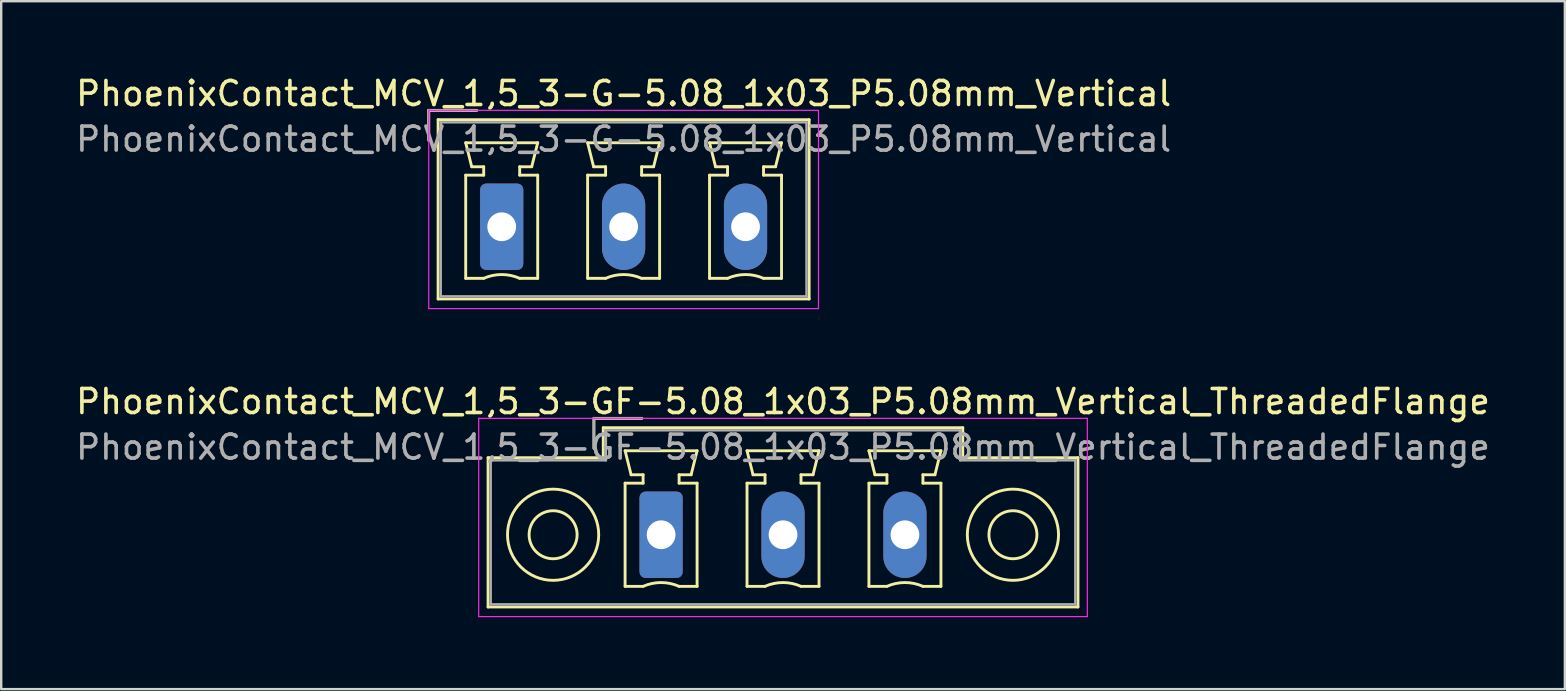
<source format=kicad_pcb>
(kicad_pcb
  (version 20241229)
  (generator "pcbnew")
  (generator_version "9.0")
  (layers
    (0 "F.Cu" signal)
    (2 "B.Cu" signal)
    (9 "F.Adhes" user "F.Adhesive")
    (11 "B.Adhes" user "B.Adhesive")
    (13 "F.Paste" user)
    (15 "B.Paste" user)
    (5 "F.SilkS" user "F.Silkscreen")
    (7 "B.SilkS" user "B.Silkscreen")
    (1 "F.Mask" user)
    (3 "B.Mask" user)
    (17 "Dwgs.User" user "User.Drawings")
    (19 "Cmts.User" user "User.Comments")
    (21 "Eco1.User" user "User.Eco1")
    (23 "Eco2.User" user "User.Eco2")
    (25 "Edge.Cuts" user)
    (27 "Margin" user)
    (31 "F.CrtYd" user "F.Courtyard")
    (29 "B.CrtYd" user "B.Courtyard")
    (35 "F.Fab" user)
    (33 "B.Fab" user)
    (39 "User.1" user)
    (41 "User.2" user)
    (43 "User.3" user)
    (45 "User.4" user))
  (footprint "PhoenixContact_MCV_1,5_3-GF-5.08_1x03_P5.08mm_Vertical_ThreadedFlange"
    (layer "F.Cu")
    (at 24.497 19.232)
    (property "Reference" "PhoenixContact_MCV_1,5_3-GF-5.08_1x03_P5.08mm_Vertical_ThreadedFlange" (at 5.08 -5.55 0) (layer "F.SilkS") (effects (font (size 1 1) (thickness 0.15))))
    (attr through_hole)
    (fp_line (start -7.21 -3.21) (end -7.21 3.01) (stroke (width 0.12) (type solid)) (layer "F.SilkS"))
    (fp_line (start -7.21 3.01) (end 17.37 3.01) (stroke (width 0.12) (type solid)) (layer "F.SilkS"))
    (fp_line (start -2.8 -4.85) (end -0.8 -4.85) (stroke (width 0.12) (type solid)) (layer "F.SilkS"))
    (fp_line (start -2.8 -3.6) (end -2.8 -4.85) (stroke (width 0.12) (type solid)) (layer "F.SilkS"))
    (fp_line (start -2.41 -4.46) (end -2.41 -3.21) (stroke (width 0.12) (type solid)) (layer "F.SilkS"))
    (fp_line (start -2.41 -3.21) (end -7.21 -3.21) (stroke (width 0.12) (type solid)) (layer "F.SilkS"))
    (fp_line (start -1.5 -3.5) (end 1.5 -3.5) (stroke (width 0.12) (type solid)) (layer "F.SilkS"))
    (fp_line (start -1.5 -2.15) (end -0.75 -2.15) (stroke (width 0.12) (type solid)) (layer "F.SilkS"))
    (fp_line (start -1.5 2.15) (end -1.5 -2.15) (stroke (width 0.12) (type solid)) (layer "F.SilkS"))
    (fp_line (start -1.25 -2.5) (end -1.5 -3.5) (stroke (width 0.12) (type solid)) (layer "F.SilkS"))
    (fp_line (start -0.75 -2.5) (end -1.25 -2.5) (stroke (width 0.12) (type solid)) (layer "F.SilkS"))
    (fp_line (start -0.75 -2.15) (end -0.75 -2.5) (stroke (width 0.12) (type solid)) (layer "F.SilkS"))
    (fp_line (start -0.75 2.15) (end -1.5 2.15) (stroke (width 0.12) (type solid)) (layer "F.SilkS"))
    (fp_line (start 0.75 -2.5) (end 0.75 -2.15) (stroke (width 0.12) (type solid)) (layer "F.SilkS"))
    (fp_line (start 0.75 -2.15) (end 1.5 -2.15) (stroke (width 0.12) (type solid)) (layer "F.SilkS"))
    (fp_line (start 1.25 -2.5) (end 0.75 -2.5) (stroke (width 0.12) (type solid)) (layer "F.SilkS"))
    (fp_line (start 1.5 -3.5) (end 1.25 -2.5) (stroke (width 0.12) (type solid)) (layer "F.SilkS"))
    (fp_line (start 1.5 -2.15) (end 1.5 2.15) (stroke (width 0.12) (type solid)) (layer "F.SilkS"))
    (fp_line (start 1.5 2.15) (end 0.75 2.15) (stroke (width 0.12) (type solid)) (layer "F.SilkS"))
    (fp_line (start 3.58 -3.5) (end 6.58 -3.5) (stroke (width 0.12) (type solid)) (layer "F.SilkS"))
    (fp_line (start 3.58 -2.15) (end 4.33 -2.15) (stroke (width 0.12) (type solid)) (layer "F.SilkS"))
    (fp_line (start 3.58 2.15) (end 3.58 -2.15) (stroke (width 0.12) (type solid)) (layer "F.SilkS"))
    (fp_line (start 3.83 -2.5) (end 3.58 -3.5) (stroke (width 0.12) (type solid)) (layer "F.SilkS"))
    (fp_line (start 4.33 -2.5) (end 3.83 -2.5) (stroke (width 0.12) (type solid)) (layer "F.SilkS"))
    (fp_line (start 4.33 -2.15) (end 4.33 -2.5) (stroke (width 0.12) (type solid)) (layer "F.SilkS"))
    (fp_line (start 4.33 2.15) (end 3.58 2.15) (stroke (width 0.12) (type solid)) (layer "F.SilkS"))
    (fp_line (start 5.83 -2.5) (end 5.83 -2.15) (stroke (width 0.12) (type solid)) (layer "F.SilkS"))
    (fp_line (start 5.83 -2.15) (end 6.58 -2.15) (stroke (width 0.12) (type solid)) (layer "F.SilkS"))
    (fp_line (start 6.33 -2.5) (end 5.83 -2.5) (stroke (width 0.12) (type solid)) (layer "F.SilkS"))
    (fp_line (start 6.58 -3.5) (end 6.33 -2.5) (stroke (width 0.12) (type solid)) (layer "F.SilkS"))
    (fp_line (start 6.58 -2.15) (end 6.58 2.15) (stroke (width 0.12) (type solid)) (layer "F.SilkS"))
    (fp_line (start 6.58 2.15) (end 5.83 2.15) (stroke (width 0.12) (type solid)) (layer "F.SilkS"))
    (fp_line (start 8.66 -3.5) (end 11.66 -3.5) (stroke (width 0.12) (type solid)) (layer "F.SilkS"))
    (fp_line (start 8.66 -2.15) (end 9.41 -2.15) (stroke (width 0.12) (type solid)) (layer "F.SilkS"))
    (fp_line (start 8.66 2.15) (end 8.66 -2.15) (stroke (width 0.12) (type solid)) (layer "F.SilkS"))
    (fp_line (start 8.91 -2.5) (end 8.66 -3.5) (stroke (width 0.12) (type solid)) (layer "F.SilkS"))
    (fp_line (start 9.41 -2.5) (end 8.91 -2.5) (stroke (width 0.12) (type solid)) (layer "F.SilkS"))
    (fp_line (start 9.41 -2.15) (end 9.41 -2.5) (stroke (width 0.12) (type solid)) (layer "F.SilkS"))
    (fp_line (start 9.41 2.15) (end 8.66 2.15) (stroke (width 0.12) (type solid)) (layer "F.SilkS"))
    (fp_line (start 10.91 -2.5) (end 10.91 -2.15) (stroke (width 0.12) (type solid)) (layer "F.SilkS"))
    (fp_line (start 10.91 -2.15) (end 11.66 -2.15) (stroke (width 0.12) (type solid)) (layer "F.SilkS"))
    (fp_line (start 11.41 -2.5) (end 10.91 -2.5) (stroke (width 0.12) (type solid)) (layer "F.SilkS"))
    (fp_line (start 11.66 -3.5) (end 11.41 -2.5) (stroke (width 0.12) (type solid)) (layer "F.SilkS"))
    (fp_line (start 11.66 -2.15) (end 11.66 2.15) (stroke (width 0.12) (type solid)) (layer "F.SilkS"))
    (fp_line (start 11.66 2.15) (end 10.91 2.15) (stroke (width 0.12) (type solid)) (layer "F.SilkS"))
    (fp_line (start 12.57 -4.46) (end -2.41 -4.46) (stroke (width 0.12) (type solid)) (layer "F.SilkS"))
    (fp_line (start 12.57 -3.21) (end 12.57 -4.46) (stroke (width 0.12) (type solid)) (layer "F.SilkS"))
    (fp_line (start 17.37 -3.21) (end 12.57 -3.21) (stroke (width 0.12) (type solid)) (layer "F.SilkS"))
    (fp_line (start 17.37 3.01) (end 17.37 -3.21) (stroke (width 0.12) (type solid)) (layer "F.SilkS"))
    (fp_arc (start -0.75 2.15) (mid -0.000193 1.99191) (end 0.749647 2.149844) (stroke (width 0.12) (type solid)) (layer "F.SilkS"))
    (fp_arc (start 4.33 2.15) (mid 5.079807 1.99191) (end 5.829647 2.149844) (stroke (width 0.12) (type solid)) (layer "F.SilkS"))
    (fp_arc (start 9.41 2.15) (mid 10.159807 1.99191) (end 10.909647 2.149844) (stroke (width 0.12) (type solid)) (layer "F.SilkS"))
    (fp_circle (center -4.5 0) (end -3.5 0) (stroke (width 0.12) (type solid)) (fill no) (layer "F.SilkS"))
    (fp_circle (center -4.5 0) (end -2.6 0) (stroke (width 0.12) (type solid)) (fill no) (layer "F.SilkS"))
    (fp_circle (center 14.66 0) (end 15.66 0) (stroke (width 0.12) (type solid)) (fill no) (layer "F.SilkS"))
    (fp_circle (center 14.66 0) (end 16.56 0) (stroke (width 0.12) (type solid)) (fill no) (layer "F.SilkS"))
    (fp_line (start -7.6 -4.85) (end -7.6 3.41) (stroke (width 0.05) (type solid)) (layer "F.CrtYd"))
    (fp_line (start -7.6 3.41) (end 17.76 3.41) (stroke (width 0.05) (type solid)) (layer "F.CrtYd"))
    (fp_line (start 17.76 -4.85) (end -7.6 -4.85) (stroke (width 0.05) (type solid)) (layer "F.CrtYd"))
    (fp_line (start 17.76 3.41) (end 17.76 -4.85) (stroke (width 0.05) (type solid)) (layer "F.CrtYd"))
    (fp_line (start -7.1 -3.1) (end -7.1 2.9) (stroke (width 0.1) (type solid)) (layer "F.Fab"))
    (fp_line (start -7.1 2.9) (end 17.26 2.9) (stroke (width 0.1) (type solid)) (layer "F.Fab"))
    (fp_line (start -2.8 -4.85) (end -0.8 -4.85) (stroke (width 0.1) (type solid)) (layer "F.Fab"))
    (fp_line (start -2.8 -3.6) (end -2.8 -4.85) (stroke (width 0.1) (type solid)) (layer "F.Fab"))
    (fp_line (start -2.3 -4.35) (end -2.3 -3.1) (stroke (width 0.1) (type solid)) (layer "F.Fab"))
    (fp_line (start -2.3 -3.1) (end -7.1 -3.1) (stroke (width 0.1) (type solid)) (layer "F.Fab"))
    (fp_line (start 12.46 -4.35) (end -2.3 -4.35) (stroke (width 0.1) (type solid)) (layer "F.Fab"))
    (fp_line (start 12.46 -3.1) (end 12.46 -4.35) (stroke (width 0.1) (type solid)) (layer "F.Fab"))
    (fp_line (start 17.26 -3.1) (end 12.46 -3.1) (stroke (width 0.1) (type solid)) (layer "F.Fab"))
    (fp_line (start 17.26 2.9) (end 17.26 -3.1) (stroke (width 0.1) (type solid)) (layer "F.Fab"))
    (fp_text user "${REFERENCE}" (at 5.08 -3.65 0) (layer "F.Fab") (effects (font (size 1 1) (thickness 0.15))))
    (pad "1" thru_hole roundrect (at 0 0) (size 1.8 3.6) (drill 1.2) (layers "*.Cu" "*.Mask") (roundrect_rratio 0.139))
    (pad "2" thru_hole oval (at 5.08 0) (size 1.8 3.6) (drill 1.2) (layers "*.Cu" "*.Mask"))
    (pad "3" thru_hole oval (at 10.16 0) (size 1.8 3.6) (drill 1.2) (layers "*.Cu" "*.Mask")))
  (footprint "PhoenixContact_MCV_1,5_3-G-5.08_1x03_P5.08mm_Vertical"
    (layer "F.Cu")
    (at 17.855 6.398)
    (property "Reference" "PhoenixContact_MCV_1,5_3-G-5.08_1x03_P5.08mm_Vertical" (at 5.08 -5.55 0) (layer "F.SilkS") (effects (font (size 1 1) (thickness 0.15))))
    (attr through_hole)
    (fp_line (start -3.04 -4.85) (end -1.04 -4.85) (stroke (width 0.12) (type solid)) (layer "F.SilkS"))
    (fp_line (start -3.04 -3.6) (end -3.04 -4.85) (stroke (width 0.12) (type solid)) (layer "F.SilkS"))
    (fp_line (start -2.65 -4.46) (end -2.65 3.01) (stroke (width 0.12) (type solid)) (layer "F.SilkS"))
    (fp_line (start -2.65 3.01) (end 12.81 3.01) (stroke (width 0.12) (type solid)) (layer "F.SilkS"))
    (fp_line (start -1.5 -3.5) (end 1.5 -3.5) (stroke (width 0.12) (type solid)) (layer "F.SilkS"))
    (fp_line (start -1.5 -2.15) (end -0.75 -2.15) (stroke (width 0.12) (type solid)) (layer "F.SilkS"))
    (fp_line (start -1.5 2.15) (end -1.5 -2.15) (stroke (width 0.12) (type solid)) (layer "F.SilkS"))
    (fp_line (start -1.25 -2.5) (end -1.5 -3.5) (stroke (width 0.12) (type solid)) (layer "F.SilkS"))
    (fp_line (start -0.75 -2.5) (end -1.25 -2.5) (stroke (width 0.12) (type solid)) (layer "F.SilkS"))
    (fp_line (start -0.75 -2.15) (end -0.75 -2.5) (stroke (width 0.12) (type solid)) (layer "F.SilkS"))
    (fp_line (start -0.75 2.15) (end -1.5 2.15) (stroke (width 0.12) (type solid)) (layer "F.SilkS"))
    (fp_line (start 0.75 -2.5) (end 0.75 -2.15) (stroke (width 0.12) (type solid)) (layer "F.SilkS"))
    (fp_line (start 0.75 -2.15) (end 1.5 -2.15) (stroke (width 0.12) (type solid)) (layer "F.SilkS"))
    (fp_line (start 1.25 -2.5) (end 0.75 -2.5) (stroke (width 0.12) (type solid)) (layer "F.SilkS"))
    (fp_line (start 1.5 -3.5) (end 1.25 -2.5) (stroke (width 0.12) (type solid)) (layer "F.SilkS"))
    (fp_line (start 1.5 -2.15) (end 1.5 2.15) (stroke (width 0.12) (type solid)) (layer "F.SilkS"))
    (fp_line (start 1.5 2.15) (end 0.75 2.15) (stroke (width 0.12) (type solid)) (layer "F.SilkS"))
    (fp_line (start 3.58 -3.5) (end 6.58 -3.5) (stroke (width 0.12) (type solid)) (layer "F.SilkS"))
    (fp_line (start 3.58 -2.15) (end 4.33 -2.15) (stroke (width 0.12) (type solid)) (layer "F.SilkS"))
    (fp_line (start 3.58 2.15) (end 3.58 -2.15) (stroke (width 0.12) (type solid)) (layer "F.SilkS"))
    (fp_line (start 3.83 -2.5) (end 3.58 -3.5) (stroke (width 0.12) (type solid)) (layer "F.SilkS"))
    (fp_line (start 4.33 -2.5) (end 3.83 -2.5) (stroke (width 0.12) (type solid)) (layer "F.SilkS"))
    (fp_line (start 4.33 -2.15) (end 4.33 -2.5) (stroke (width 0.12) (type solid)) (layer "F.SilkS"))
    (fp_line (start 4.33 2.15) (end 3.58 2.15) (stroke (width 0.12) (type solid)) (layer "F.SilkS"))
    (fp_line (start 5.83 -2.5) (end 5.83 -2.15) (stroke (width 0.12) (type solid)) (layer "F.SilkS"))
    (fp_line (start 5.83 -2.15) (end 6.58 -2.15) (stroke (width 0.12) (type solid)) (layer "F.SilkS"))
    (fp_line (start 6.33 -2.5) (end 5.83 -2.5) (stroke (width 0.12) (type solid)) (layer "F.SilkS"))
    (fp_line (start 6.58 -3.5) (end 6.33 -2.5) (stroke (width 0.12) (type solid)) (layer "F.SilkS"))
    (fp_line (start 6.58 -2.15) (end 6.58 2.15) (stroke (width 0.12) (type solid)) (layer "F.SilkS"))
    (fp_line (start 6.58 2.15) (end 5.83 2.15) (stroke (width 0.12) (type solid)) (layer "F.SilkS"))
    (fp_line (start 8.66 -3.5) (end 11.66 -3.5) (stroke (width 0.12) (type solid)) (layer "F.SilkS"))
    (fp_line (start 8.66 -2.15) (end 9.41 -2.15) (stroke (width 0.12) (type solid)) (layer "F.SilkS"))
    (fp_line (start 8.66 2.15) (end 8.66 -2.15) (stroke (width 0.12) (type solid)) (layer "F.SilkS"))
    (fp_line (start 8.91 -2.5) (end 8.66 -3.5) (stroke (width 0.12) (type solid)) (layer "F.SilkS"))
    (fp_line (start 9.41 -2.5) (end 8.91 -2.5) (stroke (width 0.12) (type solid)) (layer "F.SilkS"))
    (fp_line (start 9.41 -2.15) (end 9.41 -2.5) (stroke (width 0.12) (type solid)) (layer "F.SilkS"))
    (fp_line (start 9.41 2.15) (end 8.66 2.15) (stroke (width 0.12) (type solid)) (layer "F.SilkS"))
    (fp_line (start 10.91 -2.5) (end 10.91 -2.15) (stroke (width 0.12) (type solid)) (layer "F.SilkS"))
    (fp_line (start 10.91 -2.15) (end 11.66 -2.15) (stroke (width 0.12) (type solid)) (layer "F.SilkS"))
    (fp_line (start 11.41 -2.5) (end 10.91 -2.5) (stroke (width 0.12) (type solid)) (layer "F.SilkS"))
    (fp_line (start 11.66 -3.5) (end 11.41 -2.5) (stroke (width 0.12) (type solid)) (layer "F.SilkS"))
    (fp_line (start 11.66 -2.15) (end 11.66 2.15) (stroke (width 0.12) (type solid)) (layer "F.SilkS"))
    (fp_line (start 11.66 2.15) (end 10.91 2.15) (stroke (width 0.12) (type solid)) (layer "F.SilkS"))
    (fp_line (start 12.81 -4.46) (end -2.65 -4.46) (stroke (width 0.12) (type solid)) (layer "F.SilkS"))
    (fp_line (start 12.81 3.01) (end 12.81 -4.46) (stroke (width 0.12) (type solid)) (layer "F.SilkS"))
    (fp_arc (start -0.75 2.15) (mid -0.000193 1.99191) (end 0.749647 2.149844) (stroke (width 0.12) (type solid)) (layer "F.SilkS"))
    (fp_arc (start 4.33 2.15) (mid 5.079807 1.99191) (end 5.829647 2.149844) (stroke (width 0.12) (type solid)) (layer "F.SilkS"))
    (fp_arc (start 9.41 2.15) (mid 10.159807 1.99191) (end 10.909647 2.149844) (stroke (width 0.12) (type solid)) (layer "F.SilkS"))
    (fp_line (start -3.04 -4.85) (end -3.04 3.41) (stroke (width 0.05) (type solid)) (layer "F.CrtYd"))
    (fp_line (start -3.04 3.41) (end 13.2 3.41) (stroke (width 0.05) (type solid)) (layer "F.CrtYd"))
    (fp_line (start 13.2 -4.85) (end -3.04 -4.85) (stroke (width 0.05) (type solid)) (layer "F.CrtYd"))
    (fp_line (start 13.2 3.41) (end 13.2 -4.85) (stroke (width 0.05) (type solid)) (layer "F.CrtYd"))
    (fp_line (start -3.04 -4.85) (end -1.04 -4.85) (stroke (width 0.1) (type solid)) (layer "F.Fab"))
    (fp_line (start -3.04 -3.6) (end -3.04 -4.85) (stroke (width 0.1) (type solid)) (layer "F.Fab"))
    (fp_line (start -2.54 -4.35) (end -2.54 2.9) (stroke (width 0.1) (type solid)) (layer "F.Fab"))
    (fp_line (start -2.54 2.9) (end 12.7 2.9) (stroke (width 0.1) (type solid)) (layer "F.Fab"))
    (fp_line (start 12.7 -4.35) (end -2.54 -4.35) (stroke (width 0.1) (type solid)) (layer "F.Fab"))
    (fp_line (start 12.7 2.9) (end 12.7 -4.35) (stroke (width 0.1) (type solid)) (layer "F.Fab"))
    (fp_text user "${REFERENCE}" (at 5.08 -3.65 0) (layer "F.Fab") (effects (font (size 1 1) (thickness 0.15))))
    (pad "1" thru_hole roundrect (at 0 0) (size 1.8 3.6) (drill 1.2) (layers "*.Cu" "*.Mask") (roundrect_rratio 0.139))
    (pad "2" thru_hole oval (at 5.08 0) (size 1.8 3.6) (drill 1.2) (layers "*.Cu" "*.Mask"))
    (pad "3" thru_hole oval (at 10.16 0) (size 1.8 3.6) (drill 1.2) (layers "*.Cu" "*.Mask")))
  (gr_rect
    (start -3 -3)
    (end 62.155 25.666)
    (stroke (width 0.1) (type default))
    (fill no)
    (layer "Edge.Cuts")))
</source>
